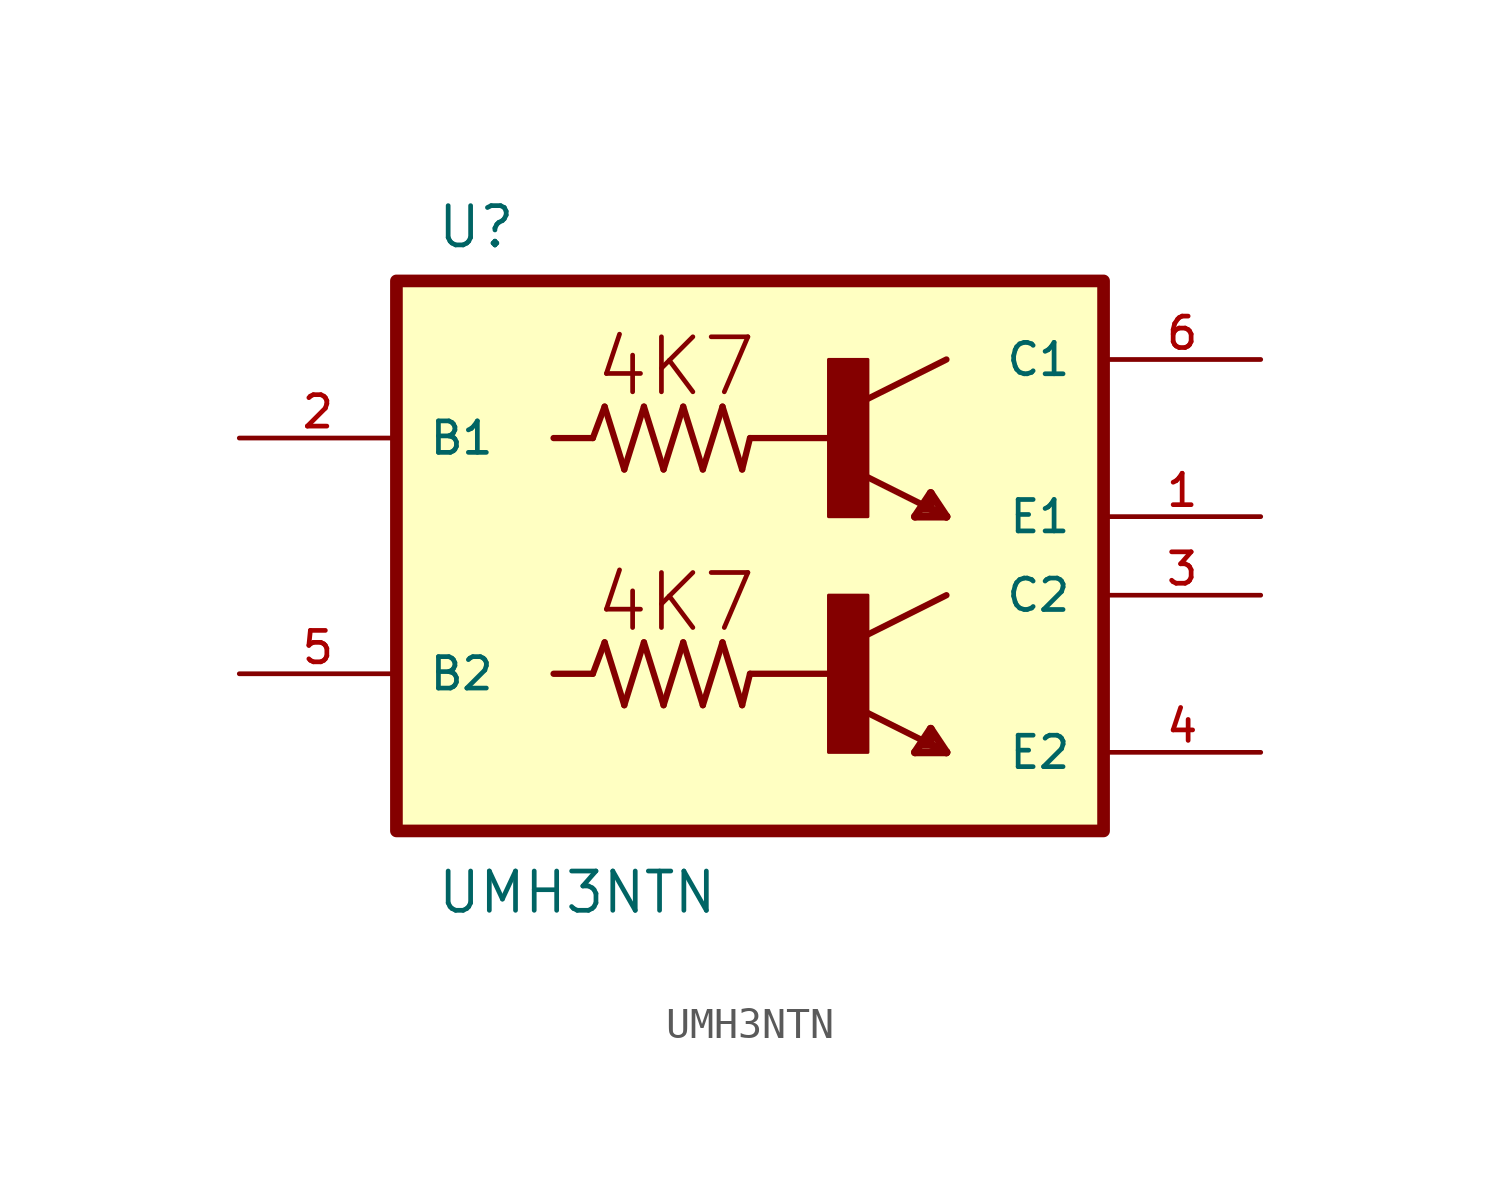
<source format=kicad_sym>
(kicad_symbol_lib
  (version 20211014)
  (generator kicad_symbol_editor)
  (symbol "UMH3NTN"
    (pin_names
      (offset 1.016))
    (property "Reference" "U"
      (at -8.89 8.62 0.0)
      (effects (font (size 1.27 1.27)) (justify bottom left)))
    (property "Value" "UMH3NTN"
      (at -8.89 -12.89 0.0)
      (effects (font (size 1.27 1.27)) (justify bottom left)))
    (symbol "UMH3NTN_0_0"
      (rectangle (start 3.81 -7.62) (end 5.08 -2.54) (stroke (width 0.1)) (fill (type outline)))
      (polyline (pts (xy 5.08 -3.81) (xy 7.62 -2.54)) (stroke (width 0.203)))
      (polyline (pts (xy 5.08 -6.35) (xy 7.112 -7.366)) (stroke (width 0.203)))
      (polyline (pts (xy 7.112 -7.366) (xy 7.62 -7.62)) (stroke (width 0.254)))
      (polyline (pts (xy 1.27 -5.08) (xy 3.81 -5.08)) (stroke (width 0.203)))
      (polyline (pts (xy 7.62 -7.62) (xy 7.112 -6.858)) (stroke (width 0.254)))
      (polyline (pts (xy 7.112 -6.858) (xy 6.604 -7.62)) (stroke (width 0.254)))
      (polyline (pts (xy 6.604 -7.62) (xy 7.62 -7.62)) (stroke (width 0.254)))
      (polyline (pts (xy 7.112 -7.112) (xy 7.112 -7.366)) (stroke (width 0.254)))
      (polyline (pts (xy 7.112 -7.366) (xy 6.858 -7.366)) (stroke (width 0.254)))
      (polyline (pts (xy -3.81 -5.08) (xy -3.429 -4.064)) (stroke (width 0.203)))
      (polyline (pts (xy -3.429 -4.064) (xy -2.794 -6.096)) (stroke (width 0.203)))
      (polyline (pts (xy -2.794 -6.096) (xy -2.159 -4.064)) (stroke (width 0.203)))
      (polyline (pts (xy -2.159 -4.064) (xy -1.524 -6.096)) (stroke (width 0.203)))
      (polyline (pts (xy -1.524 -6.096) (xy -0.889 -4.064)) (stroke (width 0.203)))
      (polyline (pts (xy -0.889 -4.064) (xy -0.254 -6.096)) (stroke (width 0.203)))
      (polyline (pts (xy -0.254 -6.096) (xy 0.381 -4.064)) (stroke (width 0.203)))
      (polyline (pts (xy 0.381 -4.064) (xy 1.016 -6.096)) (stroke (width 0.203)))
      (polyline (pts (xy 1.016 -6.096) (xy 1.27 -5.08)) (stroke (width 0.203)))
      (polyline (pts (xy -3.81 -5.08) (xy -5.08 -5.08)) (stroke (width 0.203)))
      (rectangle (start 3.81 0.0) (end 5.08 5.08) (stroke (width 0.1)) (fill (type outline)))
      (polyline (pts (xy 5.08 3.81) (xy 7.62 5.08)) (stroke (width 0.203)))
      (polyline (pts (xy 5.08 1.27) (xy 7.112 0.254)) (stroke (width 0.203)))
      (polyline (pts (xy 7.112 0.254) (xy 7.62 0.0)) (stroke (width 0.254)))
      (polyline (pts (xy 1.27 2.54) (xy 3.81 2.54)) (stroke (width 0.203)))
      (polyline (pts (xy 7.62 0.0) (xy 7.112 0.762)) (stroke (width 0.254)))
      (polyline (pts (xy 7.112 0.762) (xy 6.604 0.0)) (stroke (width 0.254)))
      (polyline (pts (xy 6.604 0.0) (xy 7.62 0.0)) (stroke (width 0.254)))
      (polyline (pts (xy 7.112 0.508) (xy 7.112 0.254)) (stroke (width 0.254)))
      (polyline (pts (xy 7.112 0.254) (xy 6.858 0.254)) (stroke (width 0.254)))
      (polyline (pts (xy -3.81 2.54) (xy -3.429 3.556)) (stroke (width 0.203)))
      (polyline (pts (xy -3.429 3.556) (xy -2.794 1.524)) (stroke (width 0.203)))
      (polyline (pts (xy -2.794 1.524) (xy -2.159 3.556)) (stroke (width 0.203)))
      (polyline (pts (xy -2.159 3.556) (xy -1.524 1.524)) (stroke (width 0.203)))
      (polyline (pts (xy -1.524 1.524) (xy -0.889 3.556)) (stroke (width 0.203)))
      (polyline (pts (xy -0.889 3.556) (xy -0.254 1.524)) (stroke (width 0.203)))
      (polyline (pts (xy -0.254 1.524) (xy 0.381 3.556)) (stroke (width 0.203)))
      (polyline (pts (xy 0.381 3.556) (xy 1.016 1.524)) (stroke (width 0.203)))
      (polyline (pts (xy 1.016 1.524) (xy 1.27 2.54)) (stroke (width 0.203)))
      (polyline (pts (xy -3.81 2.54) (xy -5.08 2.54)) (stroke (width 0.203)))
      (text "4K7" (at -3.81 3.81 0) (effects (font (size 1.778 1.778)) (justify bottom left)))
      (text "4K7" (at -3.81 -3.81 0) (effects (font (size 1.778 1.778)) (justify bottom left)))
      (rectangle (start -10.16 -10.16) (end 12.7 7.62) (stroke (width 0.41)) (fill (type background)))
      (pin input line (at -15.24 -5.08 0) (length 5.08) (name "B2" (effects (font (size 1.016 1.016)))) (number "5" (effects (font (size 1.016 1.016)))))
      (pin input line (at -15.24 2.54 0) (length 5.08) (name "B1" (effects (font (size 1.016 1.016)))) (number "2" (effects (font (size 1.016 1.016)))))
      (pin bidirectional line (at 17.78 5.08 180.0) (length 5.08) (name "C1" (effects (font (size 1.016 1.016)))) (number "6" (effects (font (size 1.016 1.016)))))
      (pin bidirectional line (at 17.78 -2.54 180.0) (length 5.08) (name "C2" (effects (font (size 1.016 1.016)))) (number "3" (effects (font (size 1.016 1.016)))))
      (pin bidirectional line (at 17.78 0.0 180.0) (length 5.08) (name "E1" (effects (font (size 1.016 1.016)))) (number "1" (effects (font (size 1.016 1.016)))))
      (pin bidirectional line (at 17.78 -7.62 180.0) (length 5.08) (name "E2" (effects (font (size 1.016 1.016)))) (number "4" (effects (font (size 1.016 1.016))))))))
</source>
